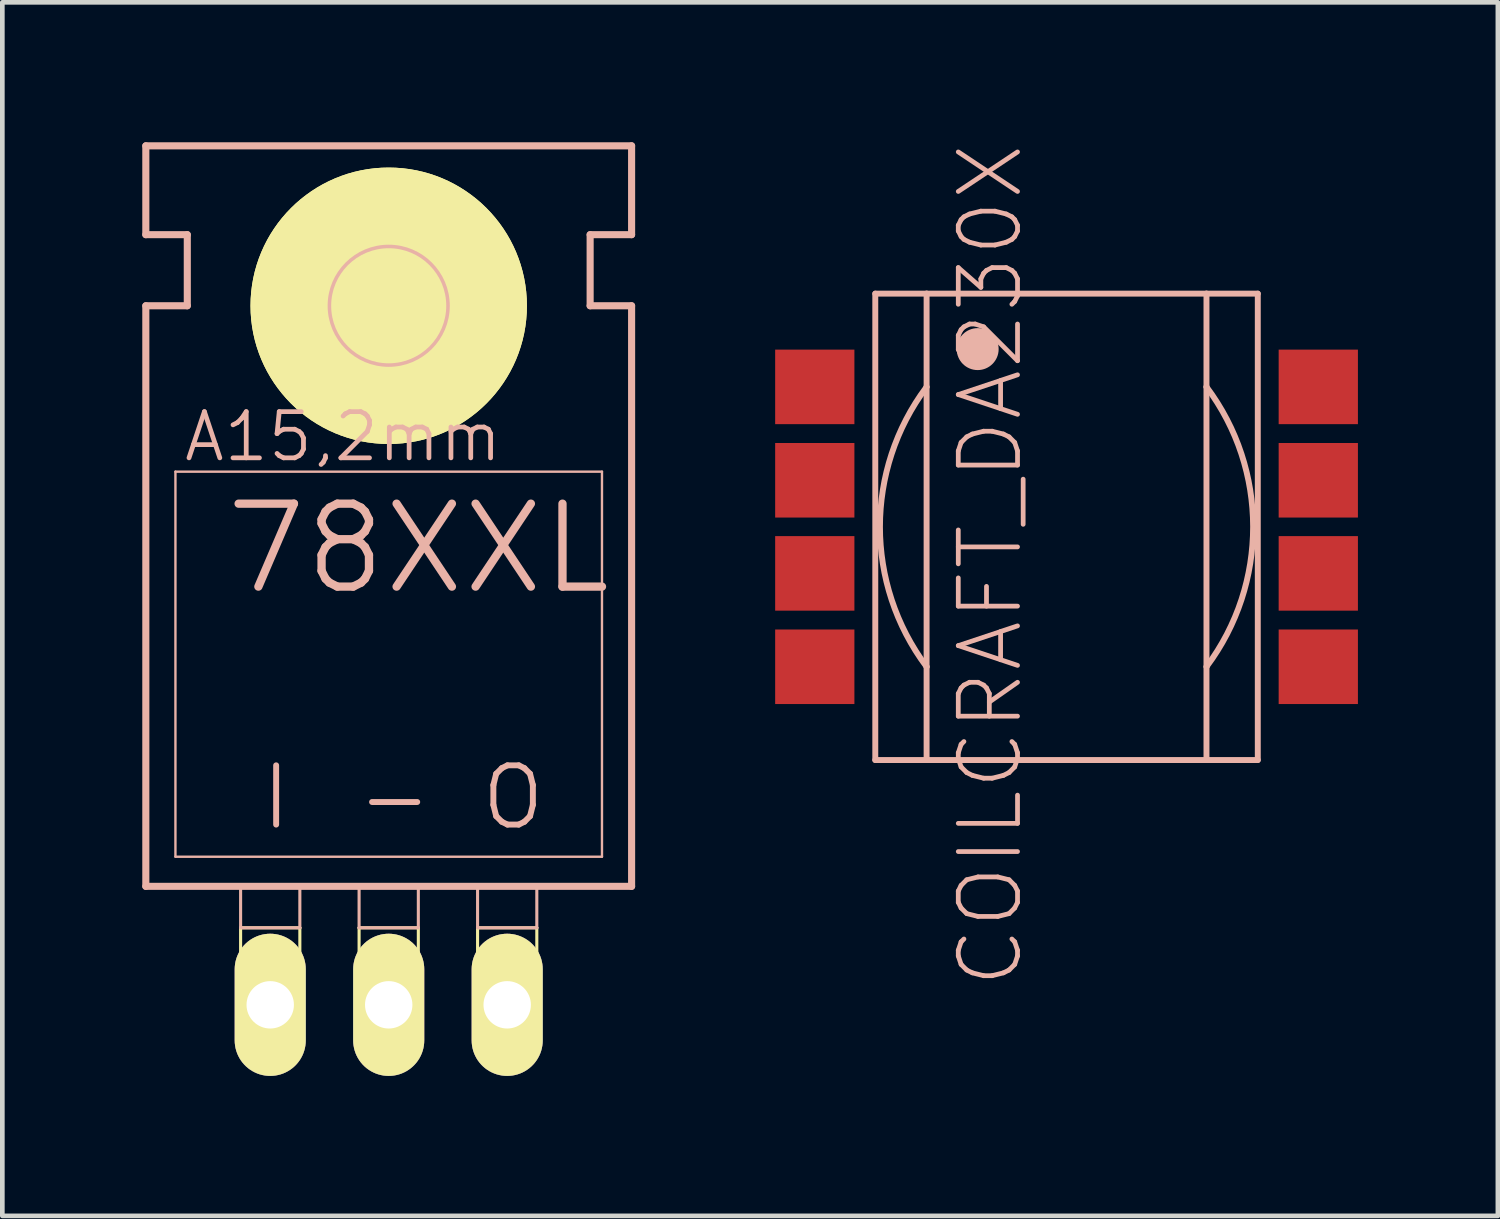
<source format=kicad_pcb>
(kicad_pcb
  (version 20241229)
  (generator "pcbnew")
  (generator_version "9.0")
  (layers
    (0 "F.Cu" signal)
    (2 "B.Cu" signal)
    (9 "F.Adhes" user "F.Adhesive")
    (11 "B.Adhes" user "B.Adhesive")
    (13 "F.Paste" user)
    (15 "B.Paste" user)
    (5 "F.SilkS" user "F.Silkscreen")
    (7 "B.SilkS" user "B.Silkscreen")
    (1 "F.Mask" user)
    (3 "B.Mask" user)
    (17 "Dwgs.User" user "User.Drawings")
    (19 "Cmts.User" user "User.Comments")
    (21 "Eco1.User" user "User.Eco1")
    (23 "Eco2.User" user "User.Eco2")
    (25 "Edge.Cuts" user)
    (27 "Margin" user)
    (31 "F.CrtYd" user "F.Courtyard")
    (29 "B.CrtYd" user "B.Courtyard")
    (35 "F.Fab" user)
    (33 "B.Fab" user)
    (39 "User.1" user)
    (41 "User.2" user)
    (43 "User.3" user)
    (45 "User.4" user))
  (footprint "COILCRAFT_DA230X"
    (layer "F.Cu")
    (at 19.814 8.244)
    (property "Reference" "COILCRAFT_DA230X" (at -1.633 0.823 90) (layer "B.SilkS") (effects (font (size 1.27 1.27) (thickness 0.102))))
    (attr smd)
    (fp_line (start -4.1 -4.999) (end -4.1 4.999) (stroke (width 0.127) (type solid)) (layer "B.SilkS"))
    (fp_line (start -4.1 -4.999) (end -3 -4.999) (stroke (width 0.127) (type solid)) (layer "B.SilkS"))
    (fp_line (start -4.1 4.999) (end -3 4.999) (stroke (width 0.127) (type solid)) (layer "B.SilkS"))
    (fp_line (start -3 -4.999) (end -3 -3) (stroke (width 0.127) (type solid)) (layer "B.SilkS"))
    (fp_line (start -3 -4.999) (end 3 -4.999) (stroke (width 0.127) (type solid)) (layer "B.SilkS"))
    (fp_line (start -3 -3) (end -3 3) (stroke (width 0.127) (type solid)) (layer "B.SilkS"))
    (fp_line (start -3 3) (end -3 4.999) (stroke (width 0.127) (type solid)) (layer "B.SilkS"))
    (fp_line (start -3 4.999) (end 3 4.999) (stroke (width 0.127) (type solid)) (layer "B.SilkS"))
    (fp_line (start 3 -4.999) (end 3 -3) (stroke (width 0.127) (type solid)) (layer "B.SilkS"))
    (fp_line (start 3 -4.999) (end 4.1 -4.999) (stroke (width 0.127) (type solid)) (layer "B.SilkS"))
    (fp_line (start 3 -3) (end 3 3) (stroke (width 0.127) (type solid)) (layer "B.SilkS"))
    (fp_line (start 3 3) (end 3 4.999) (stroke (width 0.127) (type solid)) (layer "B.SilkS"))
    (fp_line (start 3 4.999) (end 4.1 4.999) (stroke (width 0.127) (type solid)) (layer "B.SilkS"))
    (fp_line (start 4.1 -4.999) (end 4.1 4.999) (stroke (width 0.127) (type solid)) (layer "B.SilkS"))
    (fp_arc (start -2.99974 2.99974) (mid -3.999991 0.002752) (end -3.003041 -2.995336) (stroke (width 0.127) (type solid)) (layer "B.SilkS"))
    (fp_arc (start 2.99974 -2.99974) (mid 3.999991 -0.002752) (end 3.003041 2.995336) (stroke (width 0.127) (type solid)) (layer "B.SilkS"))
    (fp_circle (center -1.905 -3.81) (end -2.223 -4.128) (stroke (width 0) (type solid)) (fill yes) (layer "B.SilkS"))
    (pad "P$1" smd rect (at -5.397 -3) (size 1.699 1.598) (layers "F.Cu" "F.Mask" "F.Paste"))
    (pad "P$2" smd rect (at -5.397 -0.998) (size 1.699 1.598) (layers "F.Cu" "F.Mask" "F.Paste"))
    (pad "P$3" smd rect (at -5.397 0.998) (size 1.699 1.598) (layers "F.Cu" "F.Mask" "F.Paste"))
    (pad "P$4" smd rect (at -5.397 3) (size 1.699 1.598) (layers "F.Cu" "F.Mask" "F.Paste"))
    (pad "P$5" smd rect (at 5.397 3) (size 1.699 1.598) (layers "F.Cu" "F.Mask" "F.Paste"))
    (pad "P$6" smd rect (at 5.397 0.998) (size 1.699 1.598) (layers "F.Cu" "F.Mask" "F.Paste"))
    (pad "P$7" smd rect (at 5.397 -0.998) (size 1.699 1.598) (layers "F.Cu" "F.Mask" "F.Paste"))
    (pad "P$8" smd rect (at 5.397 -3) (size 1.699 1.598) (layers "F.Cu" "F.Mask" "F.Paste")))
  (footprint "78XXL"
    (layer "F.Cu")
    (at 5.283 14.681)
    (property "Reference" "78XXL" (at 0.635 -5.969 0) (layer "B.SilkS") (effects (font (size 1.778 1.778) (thickness 0.178))))
    (attr exclude_from_pos_files exclude_from_bom)
    (fp_line (start -3.175 2.159) (end -1.905 2.159) (stroke (width 0.066) (type solid)) (layer "F.SilkS"))
    (fp_line (start -3.175 3.81) (end -3.175 2.159) (stroke (width 0.066) (type solid)) (layer "F.SilkS"))
    (fp_line (start -3.175 3.81) (end -1.905 3.81) (stroke (width 0.066) (type solid)) (layer "F.SilkS"))
    (fp_line (start -1.905 3.81) (end -1.905 2.159) (stroke (width 0.066) (type solid)) (layer "F.SilkS"))
    (fp_line (start -1.651 -11.176) (end 1.651 -11.176) (stroke (width 0.127) (type solid)) (layer "F.SilkS"))
    (fp_line (start -0.635 2.159) (end 0.635 2.159) (stroke (width 0.066) (type solid)) (layer "F.SilkS"))
    (fp_line (start -0.635 3.81) (end -0.635 2.159) (stroke (width 0.066) (type solid)) (layer "F.SilkS"))
    (fp_line (start -0.635 3.81) (end 0.635 3.81) (stroke (width 0.066) (type solid)) (layer "F.SilkS"))
    (fp_line (start 0 -9.525) (end 0 -12.827) (stroke (width 0.127) (type solid)) (layer "F.SilkS"))
    (fp_line (start 0.635 3.81) (end 0.635 2.159) (stroke (width 0.066) (type solid)) (layer "F.SilkS"))
    (fp_line (start 1.905 2.159) (end 3.175 2.159) (stroke (width 0.066) (type solid)) (layer "F.SilkS"))
    (fp_line (start 1.905 3.81) (end 1.905 2.159) (stroke (width 0.066) (type solid)) (layer "F.SilkS"))
    (fp_line (start 1.905 3.81) (end 3.175 3.81) (stroke (width 0.066) (type solid)) (layer "F.SilkS"))
    (fp_line (start 3.175 3.81) (end 3.175 2.159) (stroke (width 0.066) (type solid)) (layer "F.SilkS"))
    (fp_circle (center 0 -11.176) (end -2.095 -13.271) (stroke (width 0) (type solid)) (fill yes) (layer "F.SilkS"))
    (fp_circle (center 0 -11.176) (end -2.095 -13.271) (stroke (width 0) (type solid)) (fill yes) (layer "F.SilkS"))
    (fp_circle (center 0 -11.176) (end -0.826 -12.002) (stroke (width 0.127) (type solid)) (fill no) (layer "F.SilkS"))
    (fp_line (start -5.207 -12.7) (end -5.207 -14.605) (stroke (width 0.152) (type solid)) (layer "B.SilkS"))
    (fp_line (start -5.207 -11.176) (end -4.318 -11.176) (stroke (width 0.152) (type solid)) (layer "B.SilkS"))
    (fp_line (start -5.207 1.27) (end -5.207 -11.176) (stroke (width 0.152) (type solid)) (layer "B.SilkS"))
    (fp_line (start -5.207 1.27) (end 5.207 1.27) (stroke (width 0.152) (type solid)) (layer "B.SilkS"))
    (fp_line (start -4.572 0.635) (end -4.572 -7.62) (stroke (width 0.051) (type solid)) (layer "B.SilkS"))
    (fp_line (start -4.572 0.635) (end 4.572 0.635) (stroke (width 0.051) (type solid)) (layer "B.SilkS"))
    (fp_line (start -4.318 -12.7) (end -5.207 -12.7) (stroke (width 0.152) (type solid)) (layer "B.SilkS"))
    (fp_line (start -4.318 -11.176) (end -4.318 -12.7) (stroke (width 0.152) (type solid)) (layer "B.SilkS"))
    (fp_line (start -3.175 1.27) (end -1.905 1.27) (stroke (width 0.066) (type solid)) (layer "B.SilkS"))
    (fp_line (start -3.175 2.159) (end -3.175 1.27) (stroke (width 0.066) (type solid)) (layer "B.SilkS"))
    (fp_line (start -3.175 2.159) (end -1.905 2.159) (stroke (width 0.066) (type solid)) (layer "B.SilkS"))
    (fp_line (start -1.905 2.159) (end -1.905 1.27) (stroke (width 0.066) (type solid)) (layer "B.SilkS"))
    (fp_line (start -0.635 1.27) (end 0.635 1.27) (stroke (width 0.066) (type solid)) (layer "B.SilkS"))
    (fp_line (start -0.635 2.159) (end -0.635 1.27) (stroke (width 0.066) (type solid)) (layer "B.SilkS"))
    (fp_line (start -0.635 2.159) (end 0.635 2.159) (stroke (width 0.066) (type solid)) (layer "B.SilkS"))
    (fp_line (start 0.635 2.159) (end 0.635 1.27) (stroke (width 0.066) (type solid)) (layer "B.SilkS"))
    (fp_line (start 1.905 1.27) (end 3.175 1.27) (stroke (width 0.066) (type solid)) (layer "B.SilkS"))
    (fp_line (start 1.905 2.159) (end 1.905 1.27) (stroke (width 0.066) (type solid)) (layer "B.SilkS"))
    (fp_line (start 1.905 2.159) (end 3.175 2.159) (stroke (width 0.066) (type solid)) (layer "B.SilkS"))
    (fp_line (start 3.175 2.159) (end 3.175 1.27) (stroke (width 0.066) (type solid)) (layer "B.SilkS"))
    (fp_line (start 4.318 -12.7) (end 5.207 -12.7) (stroke (width 0.152) (type solid)) (layer "B.SilkS"))
    (fp_line (start 4.318 -11.176) (end 4.318 -12.7) (stroke (width 0.152) (type solid)) (layer "B.SilkS"))
    (fp_line (start 4.572 -7.62) (end -4.572 -7.62) (stroke (width 0.051) (type solid)) (layer "B.SilkS"))
    (fp_line (start 4.572 -7.62) (end 4.572 0.635) (stroke (width 0.051) (type solid)) (layer "B.SilkS"))
    (fp_line (start 5.207 -14.605) (end -5.207 -14.605) (stroke (width 0.152) (type solid)) (layer "B.SilkS"))
    (fp_line (start 5.207 -12.7) (end 5.207 -14.605) (stroke (width 0.152) (type solid)) (layer "B.SilkS"))
    (fp_line (start 5.207 -11.176) (end 4.318 -11.176) (stroke (width 0.152) (type solid)) (layer "B.SilkS"))
    (fp_line (start 5.207 1.27) (end 5.207 -11.176) (stroke (width 0.152) (type solid)) (layer "B.SilkS"))
    (fp_circle (center 0 -11.176) (end -0.899 -12.075) (stroke (width 0.076) (type solid)) (fill no) (layer "B.SilkS"))
    (fp_text user "O" (at 2.667 -0.635 0) (layer "B.SilkS") (effects (font (size 1.27 1.27) (thickness 0.127))))
    (fp_text user "A15,2mm" (at -0.978 -8.369 0) (layer "B.SilkS") (effects (font (size 0.991 0.991) (thickness 0.102))))
    (fp_text user "I" (at -2.413 -0.635 0) (layer "B.SilkS") (effects (font (size 1.27 1.27) (thickness 0.127))))
    (fp_text user "-" (at 0.127 -0.635 0) (layer "B.SilkS") (effects (font (size 1.27 1.27) (thickness 0.127))))
    (pad "GND" thru_hole oval (at 0 3.81 180) (size 1.524 3.048) (drill 1.016) (layers "*.Cu" "F.Mask" "F.SilkS" "F.Paste"))
    (pad "IN" thru_hole oval (at -2.54 3.81 180) (size 1.524 3.048) (drill 1.016) (layers "*.Cu" "F.Mask" "F.SilkS" "F.Paste"))
    (pad "OUT" thru_hole oval (at 2.54 3.81 180) (size 1.524 3.048) (drill 1.016) (layers "*.Cu" "F.Mask" "F.SilkS" "F.Paste")))
  (gr_rect
    (start -3 -3)
    (end 29.061 23.015)
    (stroke (width 0.1) (type default))
    (fill no)
    (layer "Edge.Cuts")))
</source>
